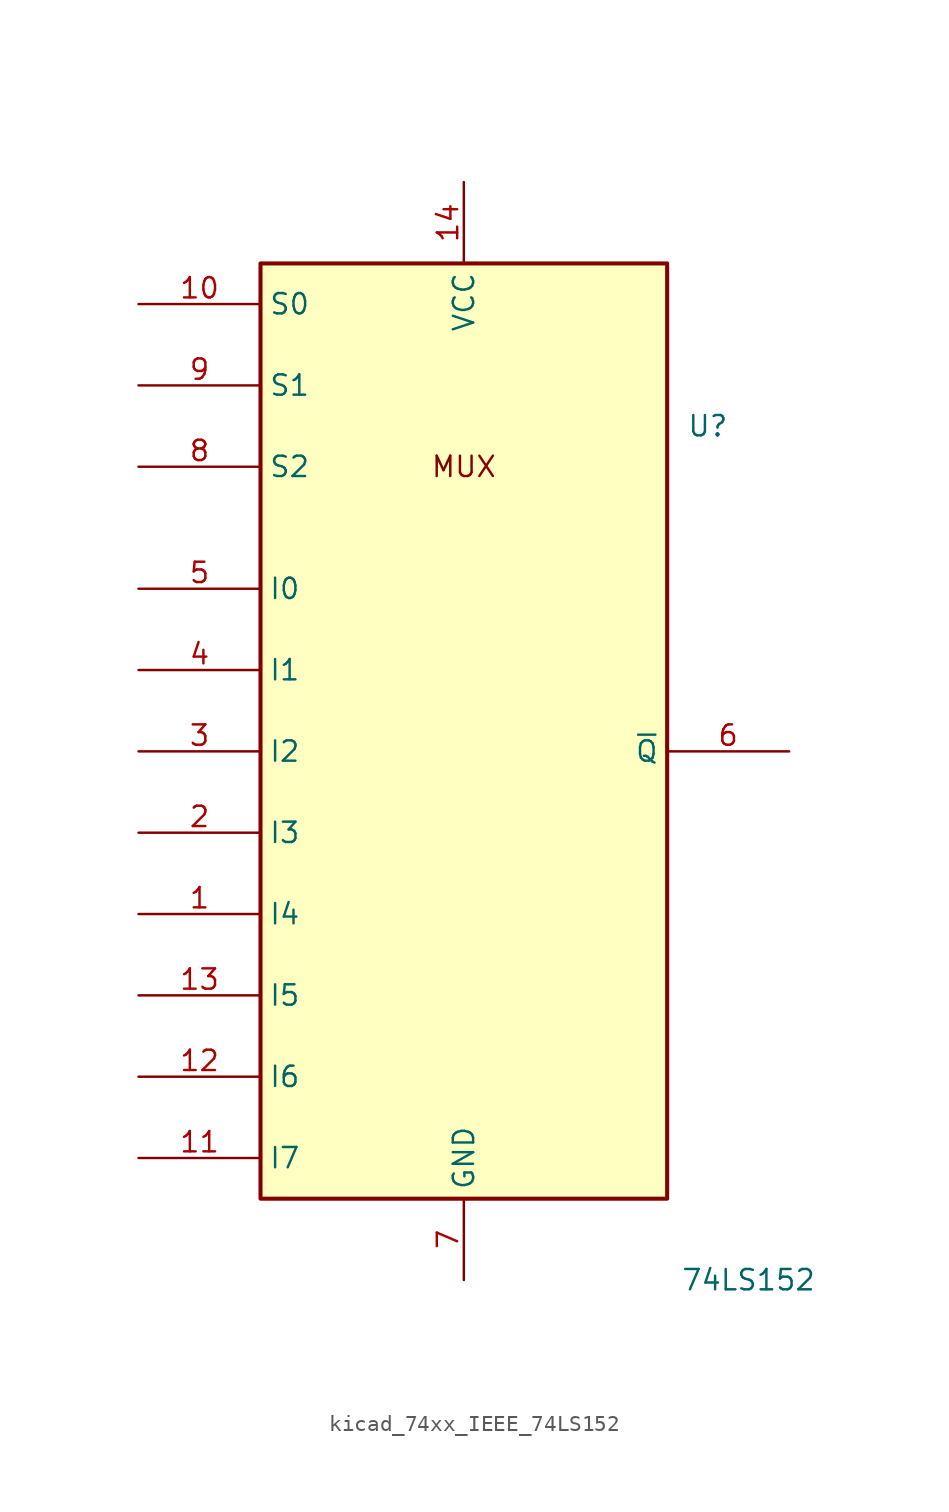
<source format=kicad_sym>
(kicad_symbol_lib
  (version 20220914)
  (generator kicad_symbol_editor)
  (symbol "kicad_74xx_IEEE_74LS152"
    (property "Reference" "U"
      (at 15.24 22.86 0)
      (effects (font (size 1.27 1.27))))
    (property "Value" "74LS152"
      (at 17.78 -30.48 0)
      (effects (font (size 1.27 1.27))))
    (symbol "kicad_74xx_IEEE_74LS152_0_0"
      (rectangle (start -12.7 33.02) (end 12.7 -25.4) (stroke (width 0.254) (type default)) (fill (type background)))
      (text "MUX" (at 0 20.32 0) (effects (font (size 1.27 1.27))))
      (pin power_in line (at 0 38.1 270) (length 5.08) (name "VCC" (effects (font (size 1.27 1.27)))) (number "14" (effects (font (size 1.27 1.27)))))
      (pin power_in line (at 0 -30.48 90) (length 5.08) (name "GND" (effects (font (size 1.27 1.27)))) (number "7" (effects (font (size 1.27 1.27))))))
    (symbol "kicad_74xx_IEEE_74LS152_1_1"
      (pin input line (at -20.32 -7.62 0) (length 7.62) (name "I4" (effects (font (size 1.27 1.27)))) (number "1" (effects (font (size 1.27 1.27)))))
      (pin input line (at -20.32 30.48 0) (length 7.62) (name "S0" (effects (font (size 1.27 1.27)))) (number "10" (effects (font (size 1.27 1.27)))))
      (pin input line (at -20.32 -22.86 0) (length 7.62) (name "I7" (effects (font (size 1.27 1.27)))) (number "11" (effects (font (size 1.27 1.27)))))
      (pin input line (at -20.32 -17.78 0) (length 7.62) (name "I6" (effects (font (size 1.27 1.27)))) (number "12" (effects (font (size 1.27 1.27)))))
      (pin input line (at -20.32 -12.7 0) (length 7.62) (name "I5" (effects (font (size 1.27 1.27)))) (number "13" (effects (font (size 1.27 1.27)))))
      (pin input line (at -20.32 -2.54 0) (length 7.62) (name "I3" (effects (font (size 1.27 1.27)))) (number "2" (effects (font (size 1.27 1.27)))))
      (pin input line (at -20.32 2.54 0) (length 7.62) (name "I2" (effects (font (size 1.27 1.27)))) (number "3" (effects (font (size 1.27 1.27)))))
      (pin input line (at -20.32 7.62 0) (length 7.62) (name "I1" (effects (font (size 1.27 1.27)))) (number "4" (effects (font (size 1.27 1.27)))))
      (pin input line (at -20.32 12.7 0) (length 7.62) (name "I0" (effects (font (size 1.27 1.27)))) (number "5" (effects (font (size 1.27 1.27)))))
      (pin output line (at 20.32 2.54 180) (length 7.62) (name "~{Q}" (effects (font (size 1.27 1.27)))) (number "6" (effects (font (size 1.27 1.27)))))
      (pin input line (at -20.32 20.32 0) (length 7.62) (name "S2" (effects (font (size 1.27 1.27)))) (number "8" (effects (font (size 1.27 1.27)))))
      (pin input line (at -20.32 25.4 0) (length 7.62) (name "S1" (effects (font (size 1.27 1.27)))) (number "9" (effects (font (size 1.27 1.27))))))))
</source>
